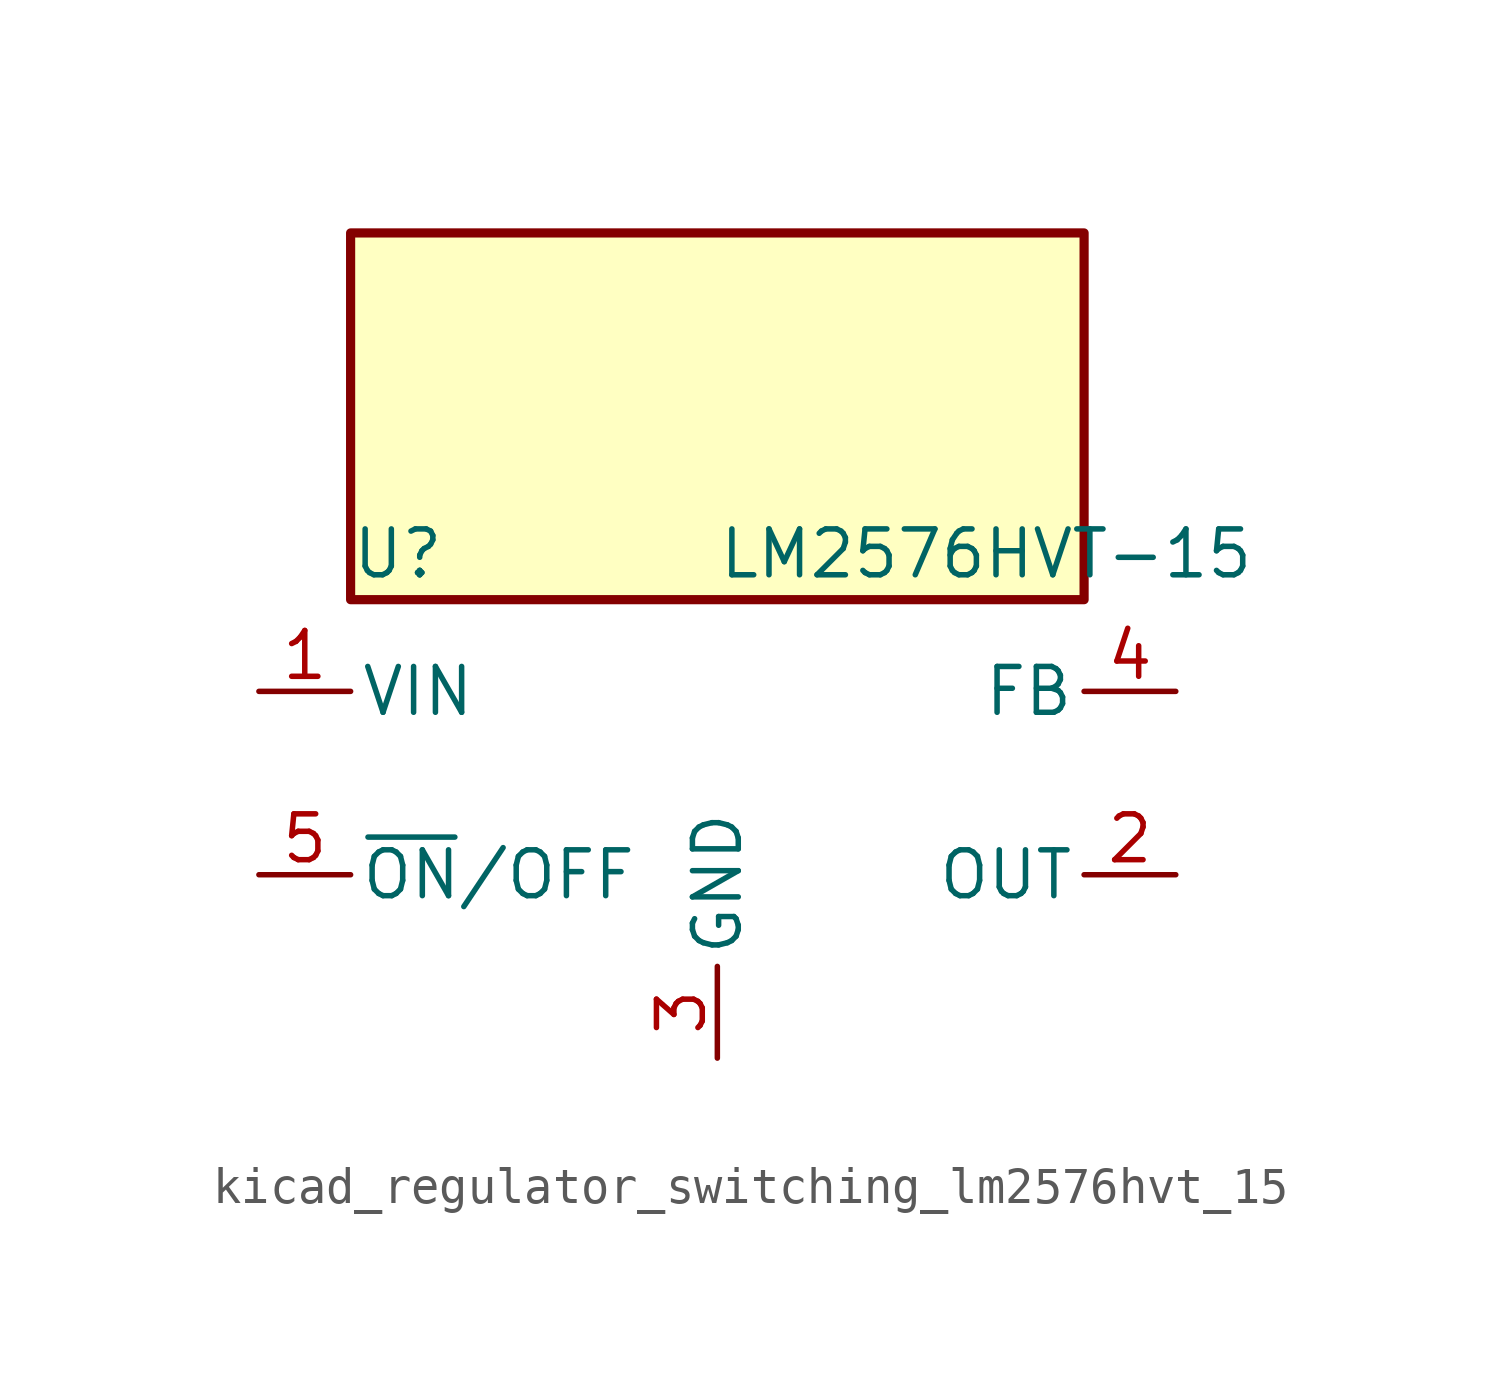
<source format=kicad_sym>
(kicad_symbol_lib
  (version 20220914)
  (generator kicad_symbol_editor)
  (symbol "kicad_regulator_switching_lm2576hvt_15"
    (pin_names
      (offset 0.254))
    (property "Reference" "U"
      (at -10.16 6.35 0)
      (effects (font (size 1.27 1.27)) (justify left)))
    (property "Value" "LM2576HVT-15"
      (at 0 6.35 0)
      (effects (font (size 1.27 1.27)) (justify left)))
    (symbol "kicad_regulator_switching_lm2576hvt_15_0_1"
      (rectangle (start 10.16 15.24) (end -10.16 5.08) (stroke (width 0.254) (type default)) (fill (type background))))
    (symbol "kicad_regulator_switching_lm2576hvt_15_1_1"
      (pin power_in line (at -12.7 2.54 0) (length 2.54) (name "VIN" (effects (font (size 1.27 1.27)))) (number "1" (effects (font (size 1.27 1.27)))))
      (pin output line (at 12.7 -2.54 180) (length 2.54) (name "OUT" (effects (font (size 1.27 1.27)))) (number "2" (effects (font (size 1.27 1.27)))))
      (pin power_in line (at 0 -7.62 90) (length 2.54) (name "GND" (effects (font (size 1.27 1.27)))) (number "3" (effects (font (size 1.27 1.27)))))
      (pin input line (at 12.7 2.54 180) (length 2.54) (name "FB" (effects (font (size 1.27 1.27)))) (number "4" (effects (font (size 1.27 1.27)))))
      (pin input line (at -12.7 -2.54 0) (length 2.54) (name "~{ON}/OFF" (effects (font (size 1.27 1.27)))) (number "5" (effects (font (size 1.27 1.27))))))))
</source>
